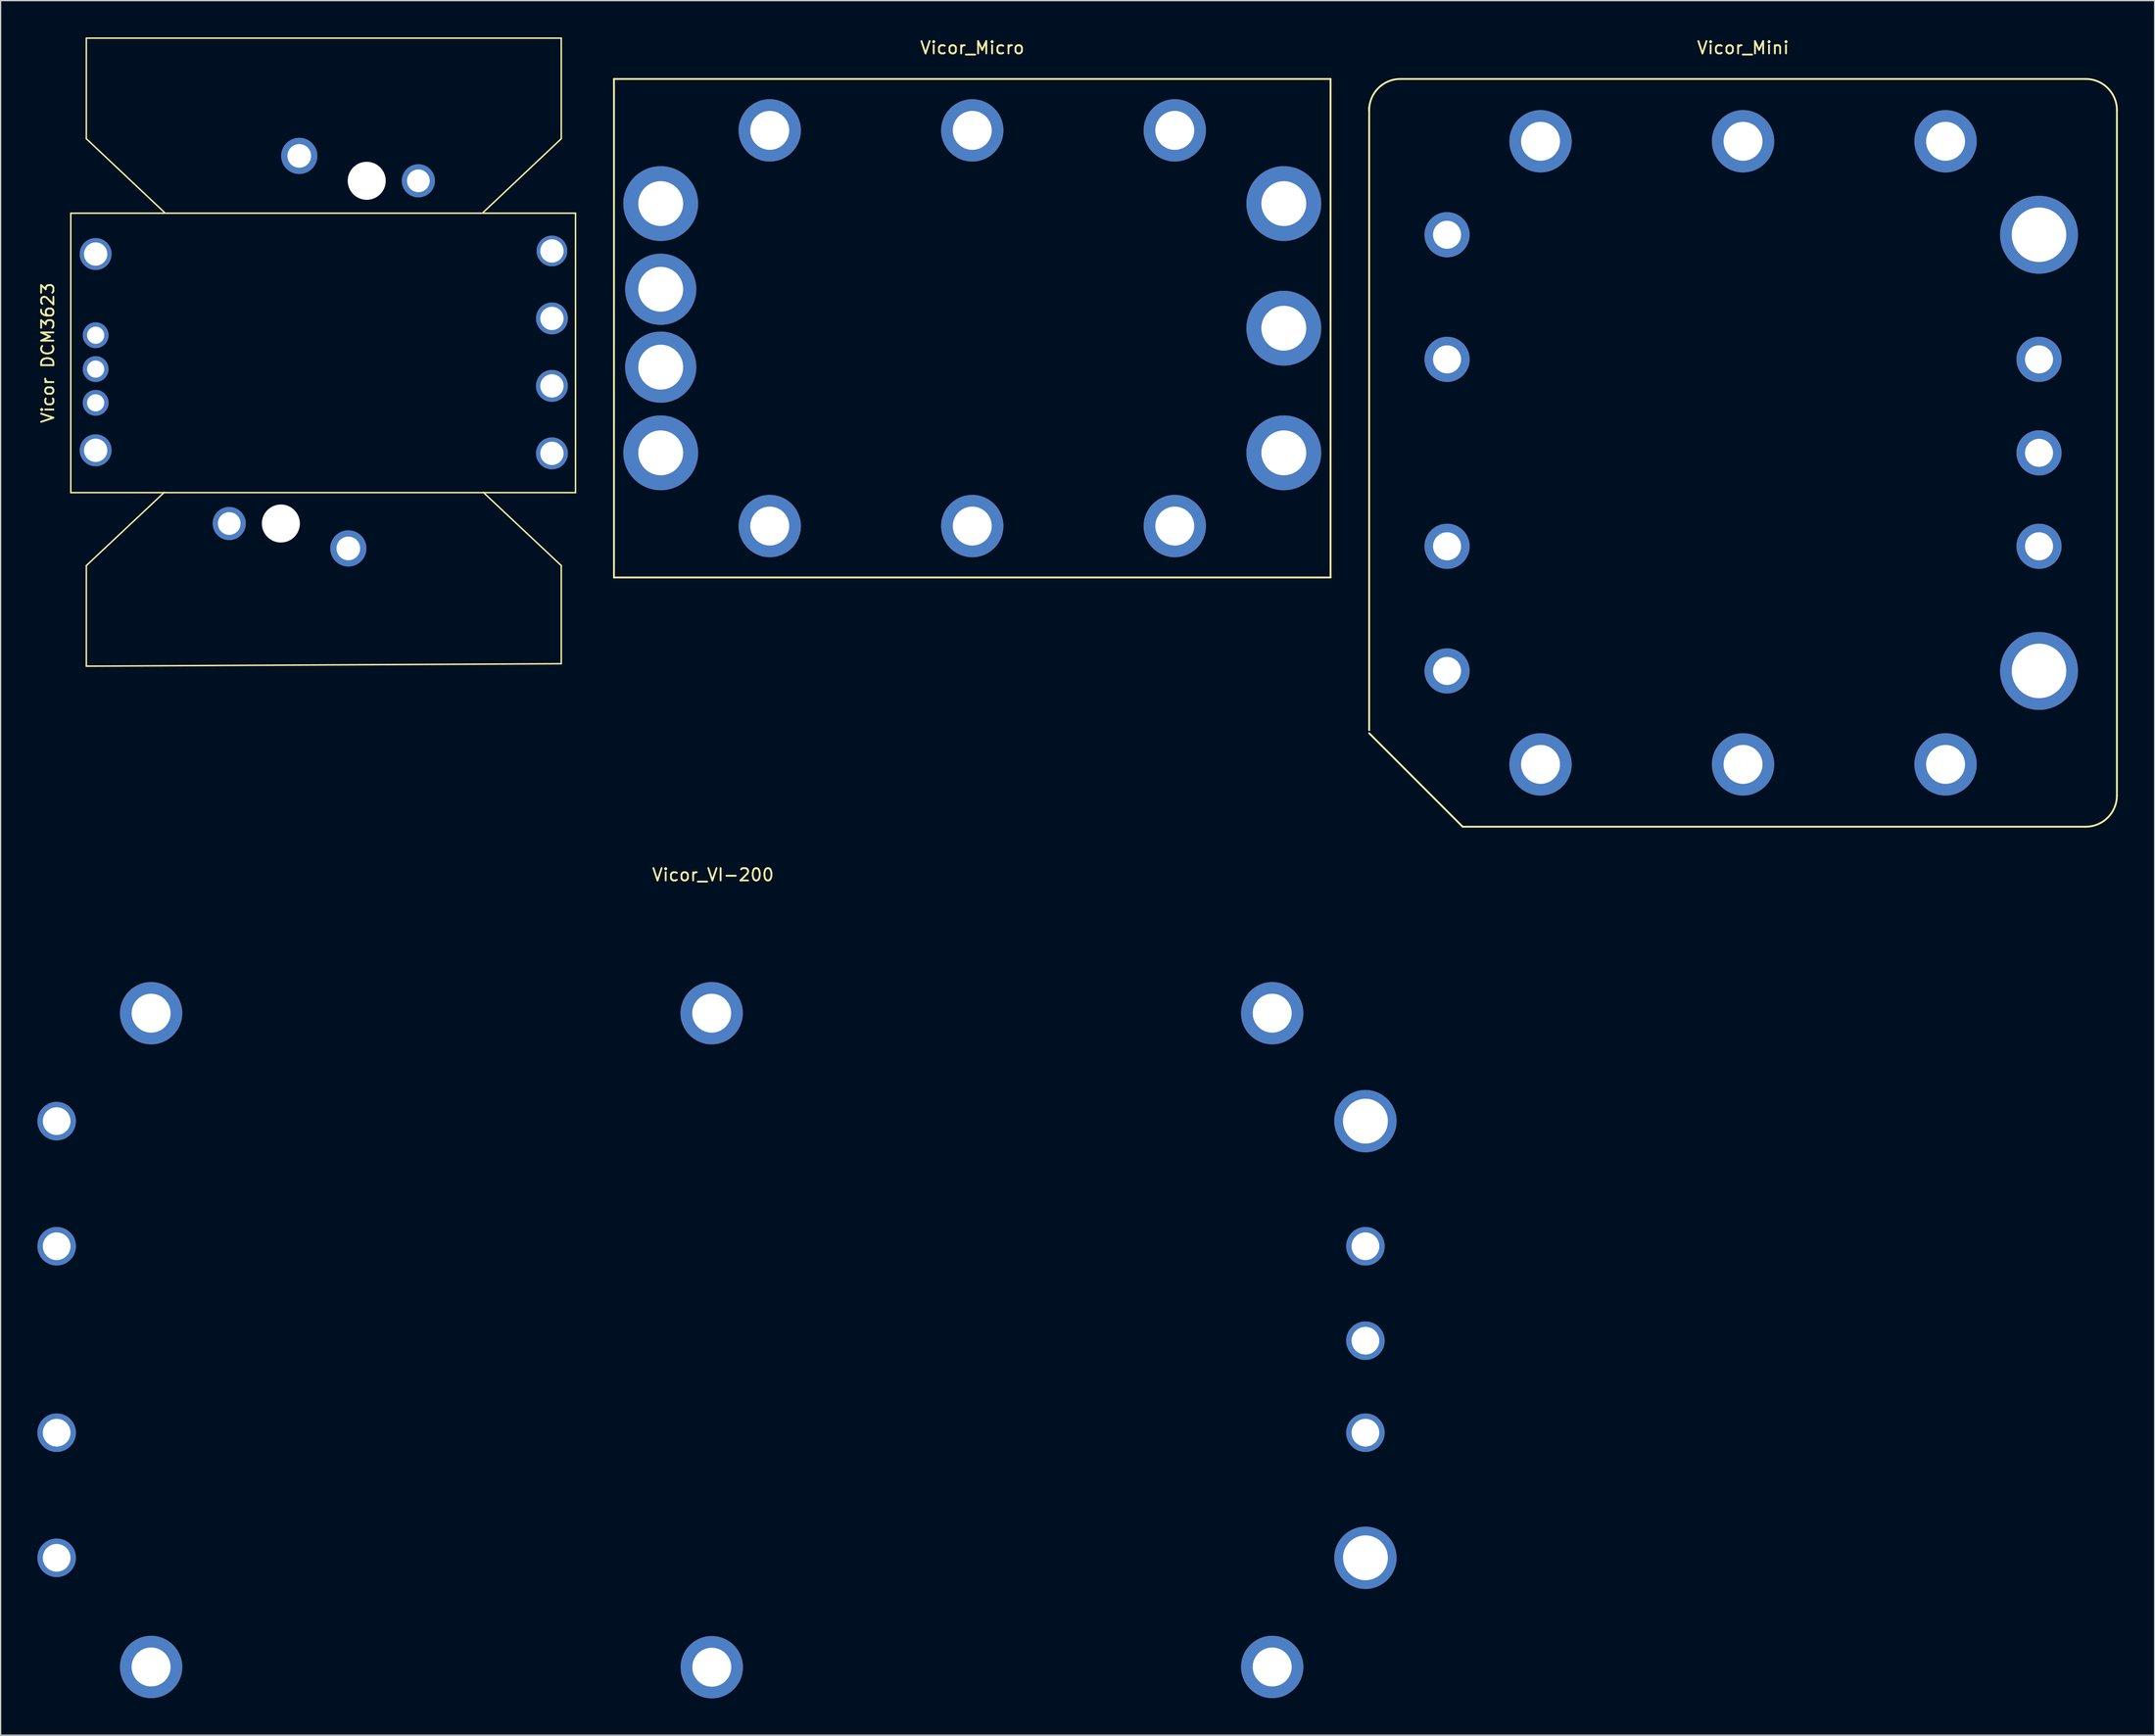
<source format=kicad_pcb>
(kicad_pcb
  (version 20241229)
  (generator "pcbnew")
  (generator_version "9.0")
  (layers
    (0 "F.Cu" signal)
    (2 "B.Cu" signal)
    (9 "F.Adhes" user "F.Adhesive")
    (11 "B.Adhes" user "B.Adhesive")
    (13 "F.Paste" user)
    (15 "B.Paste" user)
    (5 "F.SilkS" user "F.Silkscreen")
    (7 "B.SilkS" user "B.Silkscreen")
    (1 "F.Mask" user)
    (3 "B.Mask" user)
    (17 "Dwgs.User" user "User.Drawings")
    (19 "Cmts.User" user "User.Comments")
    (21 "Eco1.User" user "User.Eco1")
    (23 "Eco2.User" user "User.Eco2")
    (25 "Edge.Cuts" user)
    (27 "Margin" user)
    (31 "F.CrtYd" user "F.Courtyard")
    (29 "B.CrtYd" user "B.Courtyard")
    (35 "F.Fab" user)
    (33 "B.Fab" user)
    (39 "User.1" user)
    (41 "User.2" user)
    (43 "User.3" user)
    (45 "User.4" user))
  (footprint "Vicor_Micro"
    (layer "F.Cu")
    (at 76.216 23.708)
    (property "Reference" "Vicor_Micro" (at 0 -22.86 0) (layer "F.SilkS") (effects (font (size 1 1) (thickness 0.15))))
    (attr through_hole)
    (fp_line (start -29.21 -20.32) (end -29.21 20.32) (stroke (width 0.15) (type solid)) (layer "F.SilkS"))
    (fp_line (start -29.21 20.32) (end 29.21 20.32) (stroke (width 0.15) (type solid)) (layer "F.SilkS"))
    (fp_line (start 29.21 -20.32) (end -29.21 -20.32) (stroke (width 0.15) (type solid)) (layer "F.SilkS"))
    (fp_line (start 29.21 20.32) (end 29.21 -20.32) (stroke (width 0.15) (type solid)) (layer "F.SilkS"))
    (pad "1" thru_hole circle (at -25.4 -10.16 90) (size 6.096 6.096) (drill 3.658) (layers "*.Cu" "*.Mask"))
    (pad "2" thru_hole circle (at -25.4 -3.175) (size 5.8 5.8) (drill 3.658) (layers "*.Cu" "*.Mask"))
    (pad "3" thru_hole circle (at -25.4 3.175) (size 5.8 5.8) (drill 3.658) (layers "*.Cu" "*.Mask"))
    (pad "4" thru_hole circle (at -25.4 10.16) (size 6.096 6.096) (drill 3.658) (layers "*.Cu" "*.Mask"))
    (pad "5" thru_hole circle (at 25.4 10.16) (size 6.096 6.096) (drill 3.658) (layers "*.Cu" "*.Mask"))
    (pad "6" thru_hole circle (at 25.4 0) (size 6.096 6.096) (drill 3.658) (layers "*.Cu" "*.Mask"))
    (pad "7" thru_hole circle (at 25.4 -10.16 90) (size 6.096 6.096) (drill 3.658) (layers "*.Cu" "*.Mask"))
    (pad "8" thru_hole circle (at -16.51 16.129 270) (size 5.08 5.08) (drill 3.175) (layers "*.Cu" "*.Mask"))
    (pad "9" thru_hole circle (at 0 16.129) (size 5.08 5.08) (drill 3.175) (layers "*.Cu" "*.Mask"))
    (pad "10" thru_hole circle (at 16.51 16.129) (size 5.08 5.08) (drill 3.175) (layers "*.Cu" "*.Mask"))
    (pad "11" thru_hole circle (at 16.51 -16.129) (size 5.08 5.08) (drill 3.175) (layers "*.Cu" "*.Mask"))
    (pad "12" thru_hole circle (at 0 -16.129) (size 5.08 5.08) (drill 3.175) (layers "*.Cu" "*.Mask"))
    (pad "13" thru_hole circle (at -16.51 -16.129 270) (size 5.08 5.08) (drill 3.175) (layers "*.Cu" "*.Mask")))
  (footprint "Vicor DCM3623"
    (layer "F.Cu")
    (at 23.348 25.66)
    (property "Reference" "Vicor DCM3623" (at -22.5 0.06 90) (unlocked yes) (layer "F.SilkS") (effects (font (size 1 1) (thickness 0.15))))
    (attr through_hole)
    (fp_line (start -20.625 -11.328) (end -20.625 11.451) (stroke (width 0.12) (type solid)) (layer "F.SilkS"))
    (fp_line (start -20.625 -11.328) (end 20.523 -11.328) (stroke (width 0.12) (type solid)) (layer "F.SilkS"))
    (fp_line (start -20.625 11.451) (end 20.523 11.451) (stroke (width 0.12) (type solid)) (layer "F.SilkS"))
    (fp_line (start -19.36 -25.6) (end 19.36 -25.6) (stroke (width 0.12) (type solid)) (layer "F.SilkS"))
    (fp_line (start -19.36 -17.4) (end -19.36 -25.6) (stroke (width 0.12) (type solid)) (layer "F.SilkS"))
    (fp_line (start -19.36 -17.4) (end -13 -11.4) (stroke (width 0.12) (type solid)) (layer "F.SilkS"))
    (fp_line (start -19.36 17.4) (end -19.36 25.6) (stroke (width 0.12) (type solid)) (layer "F.SilkS"))
    (fp_line (start -19.36 17.4) (end -13.005 11.43) (stroke (width 0.12) (type solid)) (layer "F.SilkS"))
    (fp_line (start 19.36 -17.4) (end 13 -11.4) (stroke (width 0.12) (type solid)) (layer "F.SilkS"))
    (fp_line (start 19.36 -17.4) (end 19.36 -25.6) (stroke (width 0.12) (type solid)) (layer "F.SilkS"))
    (fp_line (start 19.36 17.4) (end 13.005 11.43) (stroke (width 0.12) (type solid)) (layer "F.SilkS"))
    (fp_line (start 19.36 17.4) (end 19.36 25.4) (stroke (width 0.12) (type solid)) (layer "F.SilkS"))
    (fp_line (start 19.36 25.4) (end -19.36 25.6) (stroke (width 0.12) (type solid)) (layer "F.SilkS"))
    (fp_line (start 20.523 11.451) (end 20.523 -11.328) (stroke (width 0.12) (type solid)) (layer "F.SilkS"))
    (pad "" np_thru_hole circle (at -3.5 13.97) (size 3.1 3.1) (drill 3.1) (layers "*.Cu" "*.Mask"))
    (pad "" np_thru_hole circle (at 3.5 -13.97) (size 3.1 3.1) (drill 3.1) (layers "*.Cu" "*.Mask"))
    (pad "A" thru_hole circle (at -18.6 -8) (size 2.6 2.6) (drill 1.9) (layers "*.Cu" "*.Mask"))
    (pad "A'" thru_hole circle (at 18.6 -8.25 180) (size 2.5 2.5) (drill 1.9) (layers "*.Cu" "*.Mask"))
    (pad "B" thru_hole circle (at -18.6 -1.38) (size 2.1 2.1) (drill 1.4) (layers "*.Cu" "*.Mask"))
    (pad "B'" thru_hole circle (at 18.6 -2.75 180) (size 2.6 2.6) (drill 1.9) (layers "*.Cu" "*.Mask"))
    (pad "C" thru_hole circle (at -18.6 1.38) (size 2.1 2.1) (drill 1.4) (layers "*.Cu" "*.Mask"))
    (pad "C'" thru_hole circle (at 18.6 2.75) (size 2.6 2.6) (drill 1.9) (layers "*.Cu" "*.Mask"))
    (pad "D" thru_hole circle (at -18.6 4.13) (size 2.1 2.1) (drill 1.4) (layers "*.Cu" "*.Mask"))
    (pad "D'" thru_hole circle (at 18.6 8.25) (size 2.6 2.6) (drill 1.9) (layers "*.Cu" "*.Mask"))
    (pad "E" thru_hole circle (at -18.6 8) (size 2.6 2.6) (drill 1.9) (layers "*.Cu" "*.Mask"))
    (pad "G1" thru_hole circle (at -2 -16) (size 2.95 2.95) (drill 1.93) (layers "*.Cu" "*.Mask"))
    (pad "G2" thru_hole circle (at 7.71 -13.97) (size 2.7 2.7) (drill 1.85) (layers "*.Cu" "*.Mask" "Eco1.User"))
    (pad "G3" thru_hole circle (at -7.71 13.97) (size 2.7 2.7) (drill 1.85) (layers "*.Cu" "*.Mask"))
    (pad "G4" thru_hole circle (at 2 16) (size 2.95 2.95) (drill 1.93) (layers "*.Cu" "*.Mask")))
  (footprint "Vicor_Mini"
    (layer "F.Cu")
    (at 139.056 33.868)
    (property "Reference" "Vicor_Mini" (at 0 -33.02 0) (layer "F.SilkS") (effects (font (size 1 1) (thickness 0.15))))
    (attr through_hole)
    (fp_line (start -30.48 -28.194) (end -30.48 22.606) (stroke (width 0.15) (type solid)) (layer "F.SilkS"))
    (fp_line (start -30.48 22.86) (end -22.86 30.48) (stroke (width 0.15) (type solid)) (layer "F.SilkS"))
    (fp_line (start -22.86 30.48) (end 27.94 30.48) (stroke (width 0.15) (type solid)) (layer "F.SilkS"))
    (fp_line (start 27.94 -30.48) (end -27.94 -30.48) (stroke (width 0.15) (type solid)) (layer "F.SilkS"))
    (fp_line (start 30.48 27.94) (end 30.48 -27.94) (stroke (width 0.15) (type solid)) (layer "F.SilkS"))
    (fp_arc (start -30.48 -27.94) (mid -29.736051 -29.736051) (end -27.94 -30.48) (stroke (width 0.15) (type solid)) (layer "F.SilkS"))
    (fp_arc (start 27.94 -30.48) (mid 29.736051 -29.736051) (end 30.48 -27.94) (stroke (width 0.15) (type solid)) (layer "F.SilkS"))
    (fp_arc (start 30.48 27.94) (mid 29.736051 29.736051) (end 27.94 30.48) (stroke (width 0.15) (type solid)) (layer "F.SilkS"))
    (pad "1" thru_hole circle (at -24.13 -17.78 90) (size 3.683 3.683) (drill 2.286) (layers "*.Cu" "*.Mask"))
    (pad "2" thru_hole circle (at -24.13 -7.62) (size 3.683 3.683) (drill 2.286) (layers "*.Cu" "*.Mask"))
    (pad "3" thru_hole circle (at -24.13 7.62) (size 3.683 3.683) (drill 2.286) (layers "*.Cu" "*.Mask"))
    (pad "4" thru_hole circle (at -24.13 17.78) (size 3.683 3.683) (drill 2.286) (layers "*.Cu" "*.Mask"))
    (pad "5" thru_hole circle (at 24.13 17.78) (size 6.35 6.35) (drill 4.445) (layers "*.Cu" "*.Mask"))
    (pad "6" thru_hole circle (at 24.13 7.62) (size 3.683 3.683) (drill 2.286) (layers "*.Cu" "*.Mask"))
    (pad "7" thru_hole circle (at 24.13 0) (size 3.683 3.683) (drill 2.286) (layers "*.Cu" "*.Mask"))
    (pad "8" thru_hole circle (at 24.13 -7.62) (size 3.683 3.683) (drill 2.286) (layers "*.Cu" "*.Mask"))
    (pad "9" thru_hole circle (at 24.13 -17.78) (size 6.35 6.35) (drill 4.445) (layers "*.Cu" "*.Mask"))
    (pad "10" thru_hole circle (at -16.51 25.4 270) (size 5.08 5.08) (drill 3.175) (layers "*.Cu" "*.Mask"))
    (pad "11" thru_hole circle (at 0 25.4) (size 5.08 5.08) (drill 3.175) (layers "*.Cu" "*.Mask"))
    (pad "12" thru_hole circle (at 16.51 25.4) (size 5.08 5.08) (drill 3.175) (layers "*.Cu" "*.Mask"))
    (pad "13" thru_hole circle (at 16.51 -25.4) (size 5.08 5.08) (drill 3.175) (layers "*.Cu" "*.Mask"))
    (pad "14" thru_hole circle (at 0 -25.4) (size 5.08 5.08) (drill 3.175) (layers "*.Cu" "*.Mask"))
    (pad "15" thru_hole circle (at -16.51 -25.4 270) (size 5.08 5.08) (drill 3.175) (layers "*.Cu" "*.Mask")))
  (footprint "Vicor_VI-200"
    (layer "F.Cu")
    (at 55.02 106.261)
    (property "Reference" "Vicor_VI-200" (at 0.06 -37.99 0) (layer "F.SilkS") (effects (font (size 1 1) (thickness 0.15))))
    (attr through_hole)
    (pad "1" thru_hole circle (at -53.45 -17.91) (size 3.14 3.14) (drill 2.26) (layers "*.Cu" "*.Mask"))
    (pad "2" thru_hole circle (at -53.45 -7.71) (size 3.14 3.14) (drill 2.26) (layers "*.Cu" "*.Mask"))
    (pad "3" thru_hole circle (at -53.45 7.49) (size 3.14 3.14) (drill 2.26) (layers "*.Cu" "*.Mask"))
    (pad "4" thru_hole circle (at -53.45 17.69) (size 3.14 3.14) (drill 2.26) (layers "*.Cu" "*.Mask"))
    (pad "5" thru_hole circle (at 53.25 17.69) (size 5.08 5.08) (drill 3.658) (layers "*.Cu" "*.Mask"))
    (pad "6" thru_hole circle (at 53.25 7.49) (size 3.14 3.14) (drill 2.26) (layers "*.Cu" "*.Mask"))
    (pad "7" thru_hole circle (at 53.25 -0.01) (size 3.14 3.14) (drill 2.26) (layers "*.Cu" "*.Mask"))
    (pad "8" thru_hole circle (at 53.25 -7.71) (size 3.14 3.14) (drill 2.26) (layers "*.Cu" "*.Mask"))
    (pad "9" thru_hole circle (at 53.25 -17.91) (size 5.08 5.08) (drill 3.658) (layers "*.Cu" "*.Mask"))
    (pad "10" thru_hole circle (at -45.75 26.59) (size 5.08 5.08) (drill 3.175) (layers "*.Cu" "*.Mask"))
    (pad "11" thru_hole circle (at -0.04 26.61) (size 5.08 5.08) (drill 3.175) (layers "*.Cu" "*.Mask"))
    (pad "12" thru_hole circle (at 45.65 26.59) (size 5.08 5.08) (drill 3.175) (layers "*.Cu" "*.Mask"))
    (pad "13" thru_hole circle (at 45.65 -26.71) (size 5.08 5.08) (drill 3.175) (layers "*.Cu" "*.Mask"))
    (pad "14" thru_hole circle (at -0.05 -26.71) (size 5.08 5.08) (drill 3.175) (layers "*.Cu" "*.Mask"))
    (pad "15" thru_hole circle (at -45.75 -26.71) (size 5.08 5.08) (drill 3.175) (layers "*.Cu" "*.Mask")))
  (gr_rect
    (start -3 -3)
    (end 172.611 138.411)
    (stroke (width 0.1) (type default))
    (fill no)
    (layer "Edge.Cuts")))
</source>
